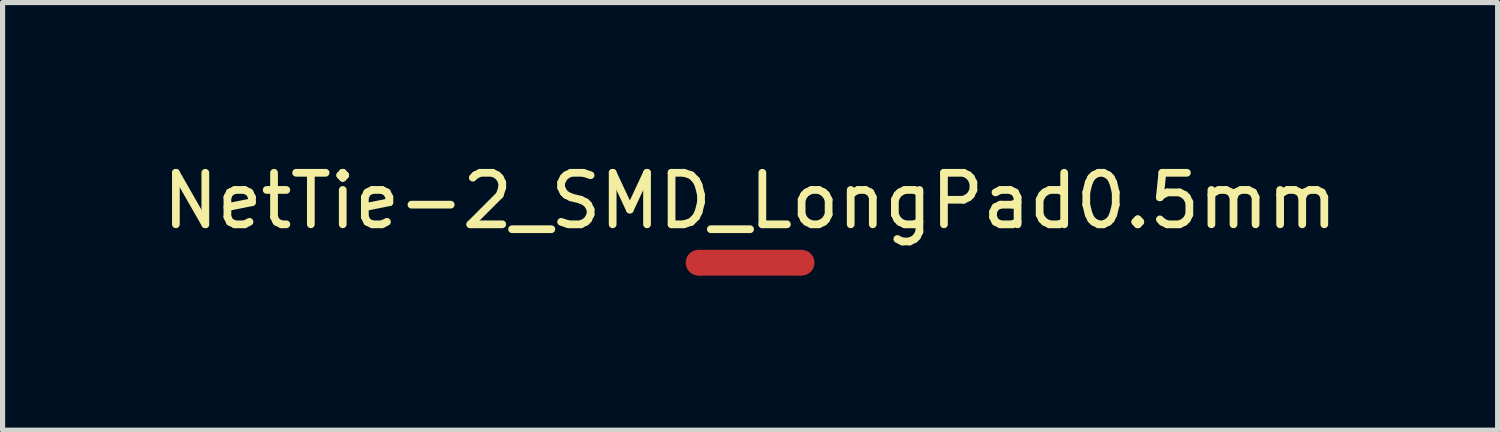
<source format=kicad_pcb>
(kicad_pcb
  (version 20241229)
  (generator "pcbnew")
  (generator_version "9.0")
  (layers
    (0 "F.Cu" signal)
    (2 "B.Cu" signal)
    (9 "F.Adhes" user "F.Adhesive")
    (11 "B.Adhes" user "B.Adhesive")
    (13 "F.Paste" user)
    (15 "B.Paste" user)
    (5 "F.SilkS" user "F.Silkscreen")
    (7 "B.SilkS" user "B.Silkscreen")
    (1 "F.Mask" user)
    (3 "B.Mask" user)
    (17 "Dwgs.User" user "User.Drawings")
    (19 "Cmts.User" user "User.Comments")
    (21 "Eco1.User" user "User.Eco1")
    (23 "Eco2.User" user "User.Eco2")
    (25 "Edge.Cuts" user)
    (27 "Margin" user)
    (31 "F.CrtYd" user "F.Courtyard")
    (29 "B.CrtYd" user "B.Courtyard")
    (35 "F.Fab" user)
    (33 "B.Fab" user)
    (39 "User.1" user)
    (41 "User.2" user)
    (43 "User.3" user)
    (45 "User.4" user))
  (footprint "NetTie-2_SMD_LongPad0.5mm"
    (layer "F.Cu")
    (at 11.506 2.048)
    (property "Reference" "NetTie-2_SMD_LongPad0.5mm" (at 0 -1.2 0) (layer "F.SilkS") (effects (font (size 1 1) (thickness 0.15))))
    (attr exclude_from_pos_files exclude_from_bom allow_missing_courtyard)
    (fp_poly (pts (xy -1 -0.25) (xy 1 -0.25) (xy 1 0.25) (xy -1 0.25)) (stroke (width 0) (type solid)) (fill yes) (layer "F.Cu"))
    (pad "1" smd circle (at -1 0) (size 0.5 0.5) (layers "F.Cu"))
    (pad "2" smd circle (at 1 0) (size 0.5 0.5) (layers "F.Cu")))
  (gr_rect
    (start -3 -3)
    (end 26.012 5.298)
    (stroke (width 0.1) (type default))
    (fill no)
    (layer "Edge.Cuts")))
</source>
